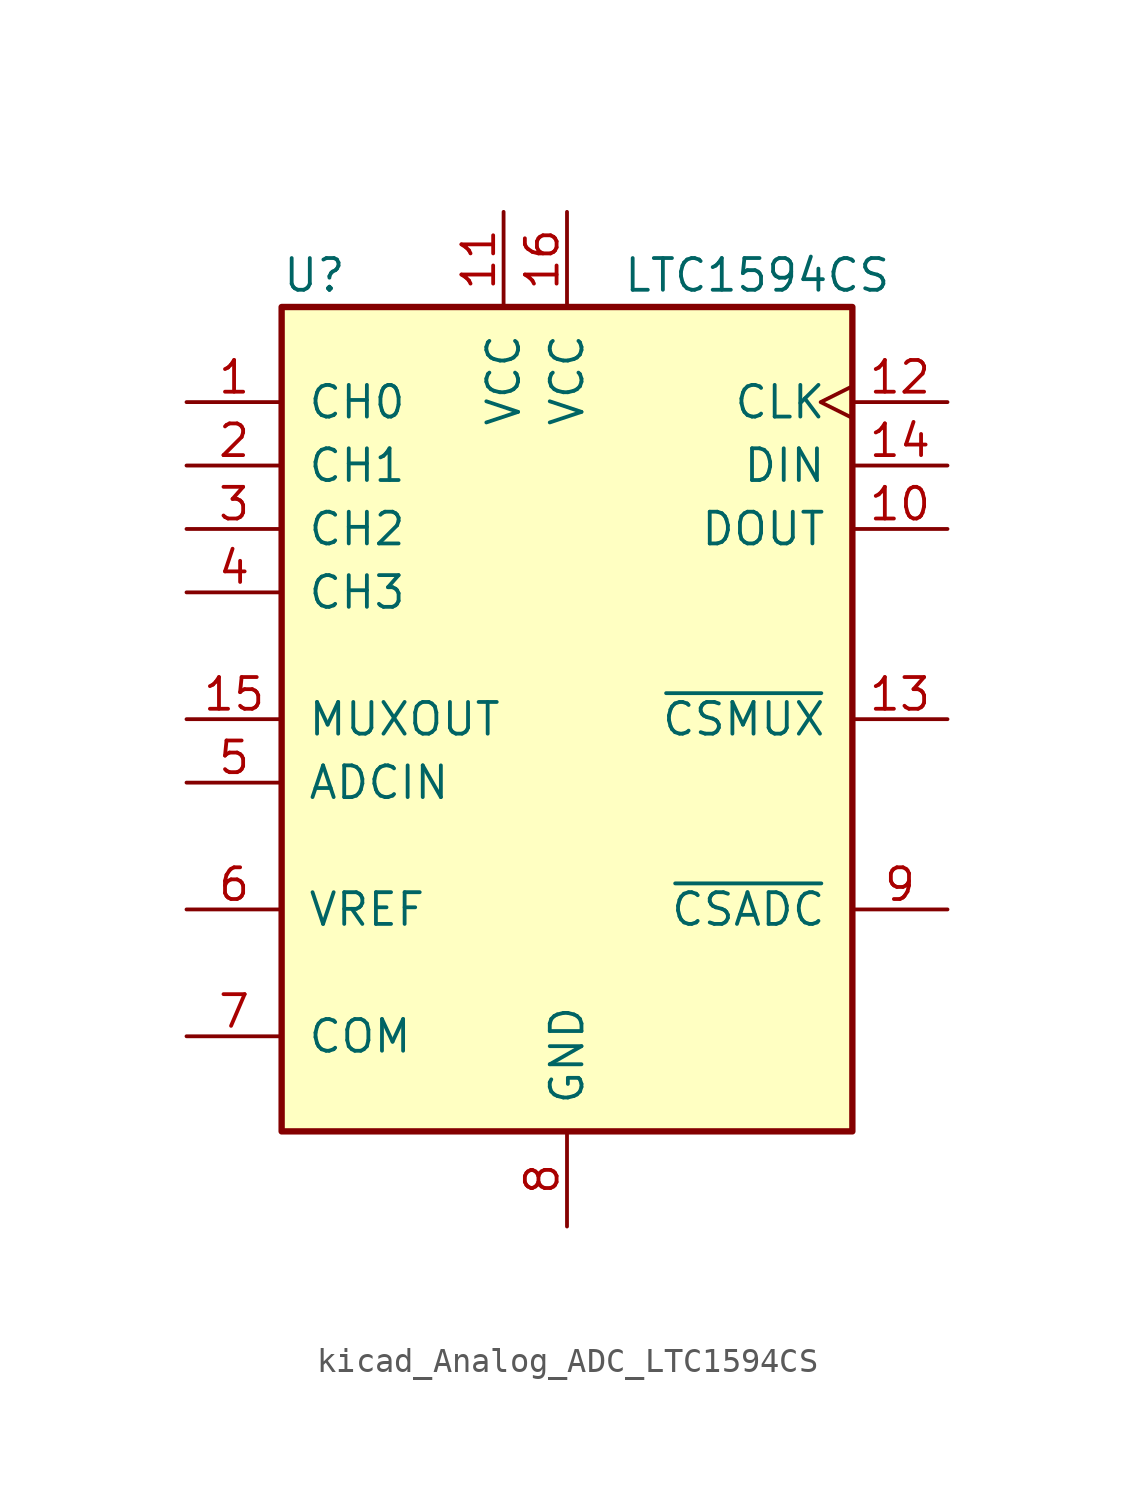
<source format=kicad_sym>
(kicad_symbol_lib
  (version 20220914)
  (generator kicad_symbol_editor)
  (symbol "kicad_Analog_ADC_LTC1594CS"
    (pin_names
      (offset 1.016))
    (property "Reference" "U"
      (at -11.43 17.78 0)
      (effects (font (size 1.27 1.27)) (justify left)))
    (property "Value" "LTC1594CS"
      (at 7.62 17.78 0)
      (effects (font (size 1.27 1.27))))
    (symbol "kicad_Analog_ADC_LTC1594CS_0_1"
      (rectangle (start -11.43 16.51) (end 11.43 -16.51) (stroke (width 0.254) (type default)) (fill (type background))))
    (symbol "kicad_Analog_ADC_LTC1594CS_1_1"
      (pin input line (at -15.24 12.7 0) (length 3.81) (name "CH0" (effects (font (size 1.27 1.27)))) (number "1" (effects (font (size 1.27 1.27)))))
      (pin output line (at 15.24 7.62 180) (length 3.81) (name "DOUT" (effects (font (size 1.27 1.27)))) (number "10" (effects (font (size 1.27 1.27)))))
      (pin power_in line (at -2.54 20.32 270) (length 3.81) (name "VCC" (effects (font (size 1.27 1.27)))) (number "11" (effects (font (size 1.27 1.27)))))
      (pin input clock (at 15.24 12.7 180) (length 3.81) (name "CLK" (effects (font (size 1.27 1.27)))) (number "12" (effects (font (size 1.27 1.27)))))
      (pin input line (at 15.24 0 180) (length 3.81) (name "~{CSMUX}" (effects (font (size 1.27 1.27)))) (number "13" (effects (font (size 1.27 1.27)))))
      (pin input line (at 15.24 10.16 180) (length 3.81) (name "DIN" (effects (font (size 1.27 1.27)))) (number "14" (effects (font (size 1.27 1.27)))))
      (pin output line (at -15.24 0 0) (length 3.81) (name "MUXOUT" (effects (font (size 1.27 1.27)))) (number "15" (effects (font (size 1.27 1.27)))))
      (pin power_in line (at 0 20.32 270) (length 3.81) (name "VCC" (effects (font (size 1.27 1.27)))) (number "16" (effects (font (size 1.27 1.27)))))
      (pin input line (at -15.24 10.16 0) (length 3.81) (name "CH1" (effects (font (size 1.27 1.27)))) (number "2" (effects (font (size 1.27 1.27)))))
      (pin input line (at -15.24 7.62 0) (length 3.81) (name "CH2" (effects (font (size 1.27 1.27)))) (number "3" (effects (font (size 1.27 1.27)))))
      (pin input line (at -15.24 5.08 0) (length 3.81) (name "CH3" (effects (font (size 1.27 1.27)))) (number "4" (effects (font (size 1.27 1.27)))))
      (pin input line (at -15.24 -2.54 0) (length 3.81) (name "ADCIN" (effects (font (size 1.27 1.27)))) (number "5" (effects (font (size 1.27 1.27)))))
      (pin input line (at -15.24 -7.62 0) (length 3.81) (name "VREF" (effects (font (size 1.27 1.27)))) (number "6" (effects (font (size 1.27 1.27)))))
      (pin input line (at -15.24 -12.7 0) (length 3.81) (name "COM" (effects (font (size 1.27 1.27)))) (number "7" (effects (font (size 1.27 1.27)))))
      (pin power_in line (at 0 -20.32 90) (length 3.81) (name "GND" (effects (font (size 1.27 1.27)))) (number "8" (effects (font (size 1.27 1.27)))))
      (pin input line (at 15.24 -7.62 180) (length 3.81) (name "~{CSADC}" (effects (font (size 1.27 1.27)))) (number "9" (effects (font (size 1.27 1.27))))))))
</source>
